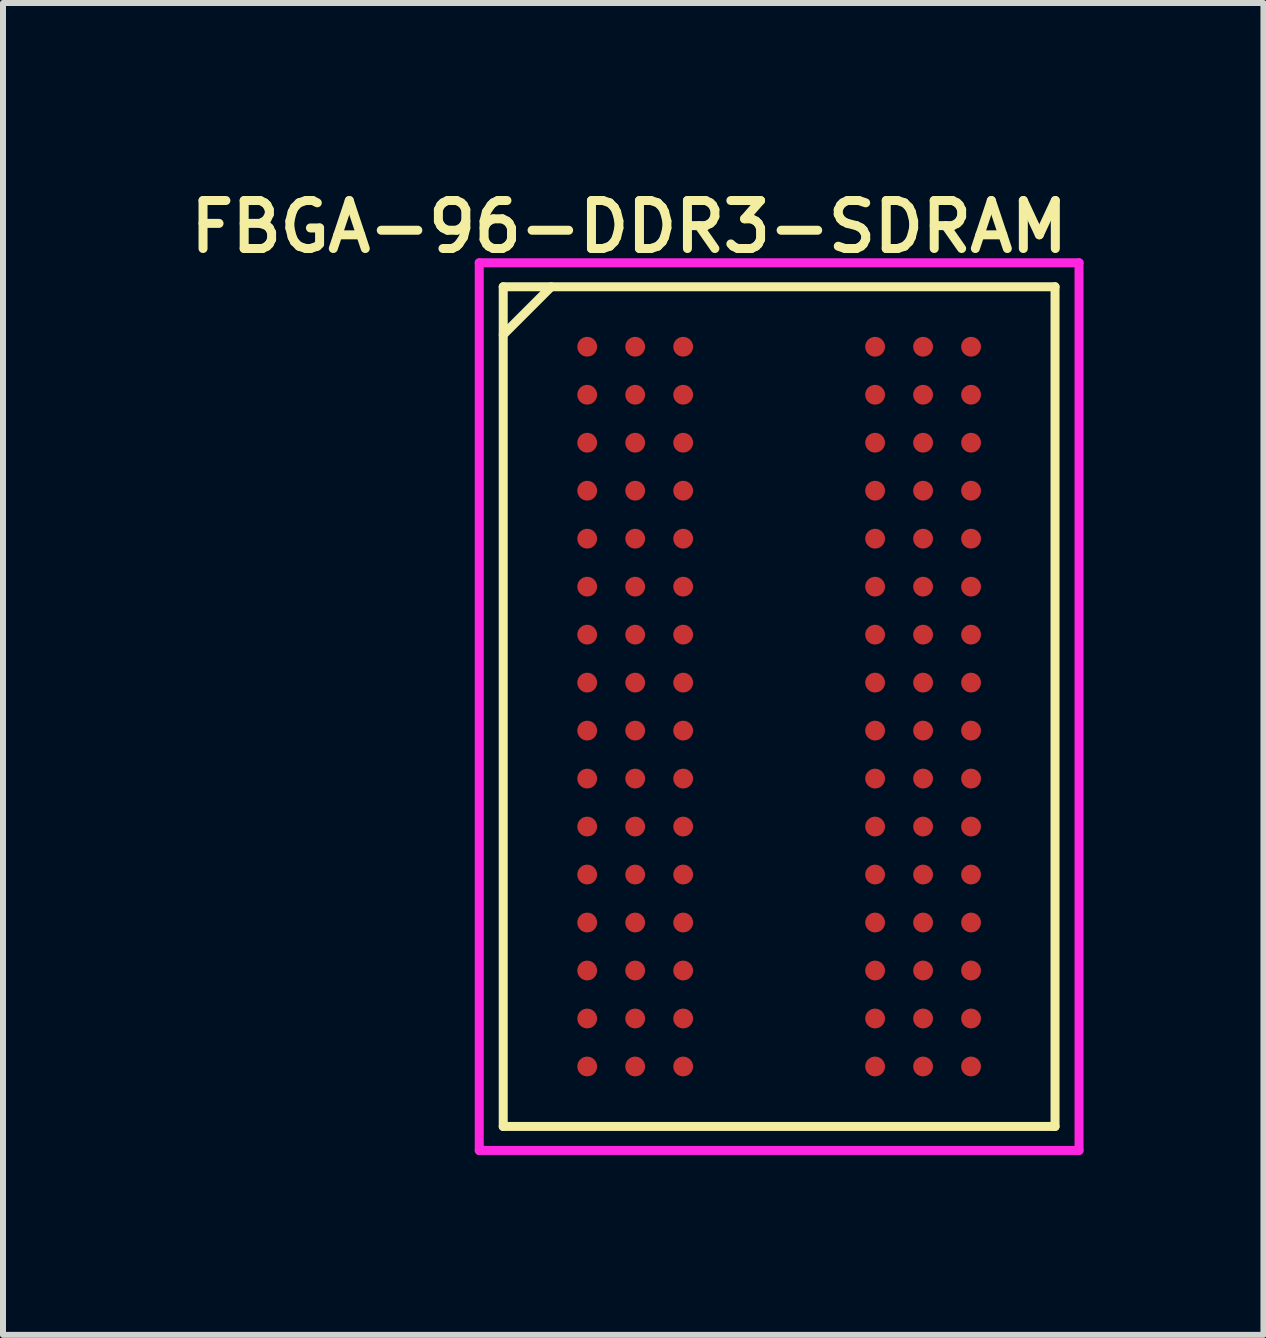
<source format=kicad_pcb>
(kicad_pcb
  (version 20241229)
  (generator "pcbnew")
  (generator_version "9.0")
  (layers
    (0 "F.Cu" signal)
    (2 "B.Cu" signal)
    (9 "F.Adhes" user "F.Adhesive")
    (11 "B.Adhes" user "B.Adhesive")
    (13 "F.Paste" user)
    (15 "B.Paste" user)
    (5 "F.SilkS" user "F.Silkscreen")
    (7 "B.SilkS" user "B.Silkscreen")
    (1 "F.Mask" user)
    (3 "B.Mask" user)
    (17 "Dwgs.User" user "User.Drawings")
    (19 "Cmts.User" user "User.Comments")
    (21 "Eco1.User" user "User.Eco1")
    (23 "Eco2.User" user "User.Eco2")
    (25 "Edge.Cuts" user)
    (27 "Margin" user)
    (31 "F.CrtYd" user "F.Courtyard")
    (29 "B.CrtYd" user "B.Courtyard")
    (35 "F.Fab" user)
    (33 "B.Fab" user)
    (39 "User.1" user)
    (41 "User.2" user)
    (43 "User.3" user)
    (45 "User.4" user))
  (footprint "FBGA-96-DDR3-SDRAM"
    (layer "F.Cu")
    (at 9.94 8.731)
    (property "Reference" "FBGA-96-DDR3-SDRAM" (at -2.5 -8 0) (layer "F.SilkS") (effects (font (size 0.8 0.8) (thickness 0.15))))
    (attr through_hole)
    (fp_line (start -4.6 -7) (end -4.6 7) (stroke (width 0.15) (type solid)) (layer "F.SilkS"))
    (fp_line (start -4.6 -7) (end 4.6 -7) (stroke (width 0.15) (type solid)) (layer "F.SilkS"))
    (fp_line (start -4.6 7) (end 4.6 7) (stroke (width 0.15) (type solid)) (layer "F.SilkS"))
    (fp_line (start -3.8 -7) (end -4.6 -6.2) (stroke (width 0.15) (type solid)) (layer "F.SilkS"))
    (fp_line (start 4.6 7) (end 4.6 -7) (stroke (width 0.15) (type solid)) (layer "F.SilkS"))
    (fp_line (start -5 -7.4) (end 5 -7.4) (stroke (width 0.15) (type solid)) (layer "F.CrtYd"))
    (fp_line (start -5 7.4) (end -5 -7.4) (stroke (width 0.15) (type solid)) (layer "F.CrtYd"))
    (fp_line (start -5 7.4) (end 5 7.4) (stroke (width 0.15) (type solid)) (layer "F.CrtYd"))
    (fp_line (start 5 -7.4) (end 5 7.4) (stroke (width 0.15) (type solid)) (layer "F.CrtYd"))
    (pad "A1" smd circle (at -3.2 -6) (size 0.33 0.33) (layers "F.Cu" "F.Mask" "F.Paste"))
    (pad "A2" smd circle (at -2.4 -6) (size 0.33 0.33) (layers "F.Cu" "F.Mask" "F.Paste"))
    (pad "A3" smd circle (at -1.6 -6) (size 0.33 0.33) (layers "F.Cu" "F.Mask" "F.Paste"))
    (pad "A7" smd circle (at 1.6 -6) (size 0.33 0.33) (layers "F.Cu" "F.Mask" "F.Paste"))
    (pad "A8" smd circle (at 2.4 -6) (size 0.33 0.33) (layers "F.Cu" "F.Mask" "F.Paste"))
    (pad "A9" smd circle (at 3.2 -6) (size 0.33 0.33) (layers "F.Cu" "F.Mask" "F.Paste"))
    (pad "B1" smd circle (at -3.2 -5.2) (size 0.33 0.33) (layers "F.Cu" "F.Mask" "F.Paste"))
    (pad "B2" smd circle (at -2.4 -5.2) (size 0.33 0.33) (layers "F.Cu" "F.Mask" "F.Paste"))
    (pad "B3" smd circle (at -1.6 -5.2) (size 0.33 0.33) (layers "F.Cu" "F.Mask" "F.Paste"))
    (pad "B7" smd circle (at 1.6 -5.2) (size 0.33 0.33) (layers "F.Cu" "F.Mask" "F.Paste"))
    (pad "B8" smd circle (at 2.4 -5.2) (size 0.33 0.33) (layers "F.Cu" "F.Mask" "F.Paste"))
    (pad "B9" smd circle (at 3.2 -5.2) (size 0.33 0.33) (layers "F.Cu" "F.Mask" "F.Paste"))
    (pad "C1" smd circle (at -3.2 -4.4) (size 0.33 0.33) (layers "F.Cu" "F.Mask" "F.Paste"))
    (pad "C2" smd circle (at -2.4 -4.4) (size 0.33 0.33) (layers "F.Cu" "F.Mask" "F.Paste"))
    (pad "C3" smd circle (at -1.6 -4.4) (size 0.33 0.33) (layers "F.Cu" "F.Mask" "F.Paste"))
    (pad "C7" smd circle (at 1.6 -4.4) (size 0.33 0.33) (layers "F.Cu" "F.Mask" "F.Paste"))
    (pad "C8" smd circle (at 2.4 -4.4) (size 0.33 0.33) (layers "F.Cu" "F.Mask" "F.Paste"))
    (pad "C9" smd circle (at 3.2 -4.4) (size 0.33 0.33) (layers "F.Cu" "F.Mask" "F.Paste"))
    (pad "D1" smd circle (at -3.2 -3.6) (size 0.33 0.33) (layers "F.Cu" "F.Mask" "F.Paste"))
    (pad "D2" smd circle (at -2.4 -3.6) (size 0.33 0.33) (layers "F.Cu" "F.Mask" "F.Paste"))
    (pad "D3" smd circle (at -1.6 -3.6) (size 0.33 0.33) (layers "F.Cu" "F.Mask" "F.Paste"))
    (pad "D7" smd circle (at 1.6 -3.6) (size 0.33 0.33) (layers "F.Cu" "F.Mask" "F.Paste"))
    (pad "D8" smd circle (at 2.4 -3.6) (size 0.33 0.33) (layers "F.Cu" "F.Mask" "F.Paste"))
    (pad "D9" smd circle (at 3.2 -3.6) (size 0.33 0.33) (layers "F.Cu" "F.Mask" "F.Paste"))
    (pad "E1" smd circle (at -3.2 -2.8) (size 0.33 0.33) (layers "F.Cu" "F.Mask" "F.Paste"))
    (pad "E2" smd circle (at -2.4 -2.8) (size 0.33 0.33) (layers "F.Cu" "F.Mask" "F.Paste"))
    (pad "E3" smd circle (at -1.6 -2.8) (size 0.33 0.33) (layers "F.Cu" "F.Mask" "F.Paste"))
    (pad "E7" smd circle (at 1.6 -2.8) (size 0.33 0.33) (layers "F.Cu" "F.Mask" "F.Paste"))
    (pad "E8" smd circle (at 2.4 -2.8) (size 0.33 0.33) (layers "F.Cu" "F.Mask" "F.Paste"))
    (pad "E9" smd circle (at 3.2 -2.8) (size 0.33 0.33) (layers "F.Cu" "F.Mask" "F.Paste"))
    (pad "F1" smd circle (at -3.2 -2) (size 0.33 0.33) (layers "F.Cu" "F.Mask" "F.Paste"))
    (pad "F2" smd circle (at -2.4 -2) (size 0.33 0.33) (layers "F.Cu" "F.Mask" "F.Paste"))
    (pad "F3" smd circle (at -1.6 -2) (size 0.33 0.33) (layers "F.Cu" "F.Mask" "F.Paste"))
    (pad "F7" smd circle (at 1.6 -2) (size 0.33 0.33) (layers "F.Cu" "F.Mask" "F.Paste"))
    (pad "F8" smd circle (at 2.4 -2) (size 0.33 0.33) (layers "F.Cu" "F.Mask" "F.Paste"))
    (pad "F9" smd circle (at 3.2 -2) (size 0.33 0.33) (layers "F.Cu" "F.Mask" "F.Paste"))
    (pad "G1" smd circle (at -3.2 -1.2) (size 0.33 0.33) (layers "F.Cu" "F.Mask" "F.Paste"))
    (pad "G2" smd circle (at -2.4 -1.2) (size 0.33 0.33) (layers "F.Cu" "F.Mask" "F.Paste"))
    (pad "G3" smd circle (at -1.6 -1.2) (size 0.33 0.33) (layers "F.Cu" "F.Mask" "F.Paste"))
    (pad "G7" smd circle (at 1.6 -1.2) (size 0.33 0.33) (layers "F.Cu" "F.Mask" "F.Paste"))
    (pad "G8" smd circle (at 2.4 -1.2) (size 0.33 0.33) (layers "F.Cu" "F.Mask" "F.Paste"))
    (pad "G9" smd circle (at 3.2 -1.2) (size 0.33 0.33) (layers "F.Cu" "F.Mask" "F.Paste"))
    (pad "H1" smd circle (at -3.2 -0.4) (size 0.33 0.33) (layers "F.Cu" "F.Mask" "F.Paste"))
    (pad "H2" smd circle (at -2.4 -0.4) (size 0.33 0.33) (layers "F.Cu" "F.Mask" "F.Paste"))
    (pad "H3" smd circle (at -1.6 -0.4) (size 0.33 0.33) (layers "F.Cu" "F.Mask" "F.Paste"))
    (pad "H7" smd circle (at 1.6 -0.4) (size 0.33 0.33) (layers "F.Cu" "F.Mask" "F.Paste"))
    (pad "H8" smd circle (at 2.4 -0.4) (size 0.33 0.33) (layers "F.Cu" "F.Mask" "F.Paste"))
    (pad "H9" smd circle (at 3.2 -0.4) (size 0.33 0.33) (layers "F.Cu" "F.Mask" "F.Paste"))
    (pad "J1" smd circle (at -3.2 0.4) (size 0.33 0.33) (layers "F.Cu" "F.Mask" "F.Paste"))
    (pad "J2" smd circle (at -2.4 0.4) (size 0.33 0.33) (layers "F.Cu" "F.Mask" "F.Paste"))
    (pad "J3" smd circle (at -1.6 0.4) (size 0.33 0.33) (layers "F.Cu" "F.Mask" "F.Paste"))
    (pad "J7" smd circle (at 1.6 0.4) (size 0.33 0.33) (layers "F.Cu" "F.Mask" "F.Paste"))
    (pad "J8" smd circle (at 2.4 0.4) (size 0.33 0.33) (layers "F.Cu" "F.Mask" "F.Paste"))
    (pad "J9" smd circle (at 3.2 0.4) (size 0.33 0.33) (layers "F.Cu" "F.Mask" "F.Paste"))
    (pad "K1" smd circle (at -3.2 1.2) (size 0.33 0.33) (layers "F.Cu" "F.Mask" "F.Paste"))
    (pad "K2" smd circle (at -2.4 1.2) (size 0.33 0.33) (layers "F.Cu" "F.Mask" "F.Paste"))
    (pad "K3" smd circle (at -1.6 1.2) (size 0.33 0.33) (layers "F.Cu" "F.Mask" "F.Paste"))
    (pad "K7" smd circle (at 1.6 1.2) (size 0.33 0.33) (layers "F.Cu" "F.Mask" "F.Paste"))
    (pad "K8" smd circle (at 2.4 1.2) (size 0.33 0.33) (layers "F.Cu" "F.Mask" "F.Paste"))
    (pad "K9" smd circle (at 3.2 1.2) (size 0.33 0.33) (layers "F.Cu" "F.Mask" "F.Paste"))
    (pad "L1" smd circle (at -3.2 2) (size 0.33 0.33) (layers "F.Cu" "F.Mask" "F.Paste"))
    (pad "L2" smd circle (at -2.4 2) (size 0.33 0.33) (layers "F.Cu" "F.Mask" "F.Paste"))
    (pad "L3" smd circle (at -1.6 2) (size 0.33 0.33) (layers "F.Cu" "F.Mask" "F.Paste"))
    (pad "L7" smd circle (at 1.6 2) (size 0.33 0.33) (layers "F.Cu" "F.Mask" "F.Paste"))
    (pad "L8" smd circle (at 2.4 2) (size 0.33 0.33) (layers "F.Cu" "F.Mask" "F.Paste"))
    (pad "L9" smd circle (at 3.2 2) (size 0.33 0.33) (layers "F.Cu" "F.Mask" "F.Paste"))
    (pad "M1" smd circle (at -3.2 2.8) (size 0.33 0.33) (layers "F.Cu" "F.Mask" "F.Paste"))
    (pad "M2" smd circle (at -2.4 2.8) (size 0.33 0.33) (layers "F.Cu" "F.Mask" "F.Paste"))
    (pad "M3" smd circle (at -1.6 2.8) (size 0.33 0.33) (layers "F.Cu" "F.Mask" "F.Paste"))
    (pad "M7" smd circle (at 1.6 2.8) (size 0.33 0.33) (layers "F.Cu" "F.Mask" "F.Paste"))
    (pad "M8" smd circle (at 2.4 2.8) (size 0.33 0.33) (layers "F.Cu" "F.Mask" "F.Paste"))
    (pad "M9" smd circle (at 3.2 2.8) (size 0.33 0.33) (layers "F.Cu" "F.Mask" "F.Paste"))
    (pad "N1" smd circle (at -3.2 3.6) (size 0.33 0.33) (layers "F.Cu" "F.Mask" "F.Paste"))
    (pad "N2" smd circle (at -2.4 3.6) (size 0.33 0.33) (layers "F.Cu" "F.Mask" "F.Paste"))
    (pad "N3" smd circle (at -1.6 3.6) (size 0.33 0.33) (layers "F.Cu" "F.Mask" "F.Paste"))
    (pad "N7" smd circle (at 1.6 3.6) (size 0.33 0.33) (layers "F.Cu" "F.Mask" "F.Paste"))
    (pad "N8" smd circle (at 2.4 3.6) (size 0.33 0.33) (layers "F.Cu" "F.Mask" "F.Paste"))
    (pad "N9" smd circle (at 3.2 3.6) (size 0.33 0.33) (layers "F.Cu" "F.Mask" "F.Paste"))
    (pad "P1" smd circle (at -3.2 4.4) (size 0.33 0.33) (layers "F.Cu" "F.Mask" "F.Paste"))
    (pad "P2" smd circle (at -2.4 4.4) (size 0.33 0.33) (layers "F.Cu" "F.Mask" "F.Paste"))
    (pad "P3" smd circle (at -1.6 4.4) (size 0.33 0.33) (layers "F.Cu" "F.Mask" "F.Paste"))
    (pad "P7" smd circle (at 1.6 4.4) (size 0.33 0.33) (layers "F.Cu" "F.Mask" "F.Paste"))
    (pad "P8" smd circle (at 2.4 4.4) (size 0.33 0.33) (layers "F.Cu" "F.Mask" "F.Paste"))
    (pad "P9" smd circle (at 3.2 4.4) (size 0.33 0.33) (layers "F.Cu" "F.Mask" "F.Paste"))
    (pad "R1" smd circle (at -3.2 5.2) (size 0.33 0.33) (layers "F.Cu" "F.Mask" "F.Paste"))
    (pad "R2" smd circle (at -2.4 5.2) (size 0.33 0.33) (layers "F.Cu" "F.Mask" "F.Paste"))
    (pad "R3" smd circle (at -1.6 5.2) (size 0.33 0.33) (layers "F.Cu" "F.Mask" "F.Paste"))
    (pad "R7" smd circle (at 1.6 5.2) (size 0.33 0.33) (layers "F.Cu" "F.Mask" "F.Paste"))
    (pad "R8" smd circle (at 2.4 5.2) (size 0.33 0.33) (layers "F.Cu" "F.Mask" "F.Paste"))
    (pad "R9" smd circle (at 3.2 5.2) (size 0.33 0.33) (layers "F.Cu" "F.Mask" "F.Paste"))
    (pad "T1" smd circle (at -3.2 6) (size 0.33 0.33) (layers "F.Cu" "F.Mask" "F.Paste"))
    (pad "T2" smd circle (at -2.4 6) (size 0.33 0.33) (layers "F.Cu" "F.Mask" "F.Paste"))
    (pad "T3" smd circle (at -1.6 6) (size 0.33 0.33) (layers "F.Cu" "F.Mask" "F.Paste"))
    (pad "T7" smd circle (at 1.6 6) (size 0.33 0.33) (layers "F.Cu" "F.Mask" "F.Paste"))
    (pad "T8" smd circle (at 2.4 6) (size 0.33 0.33) (layers "F.Cu" "F.Mask" "F.Paste"))
    (pad "T9" smd circle (at 3.2 6) (size 0.33 0.33) (layers "F.Cu" "F.Mask" "F.Paste")))
  (gr_rect
    (start -3 -3)
    (end 18.015 19.206)
    (stroke (width 0.1) (type default))
    (fill no)
    (layer "Edge.Cuts")))
</source>
